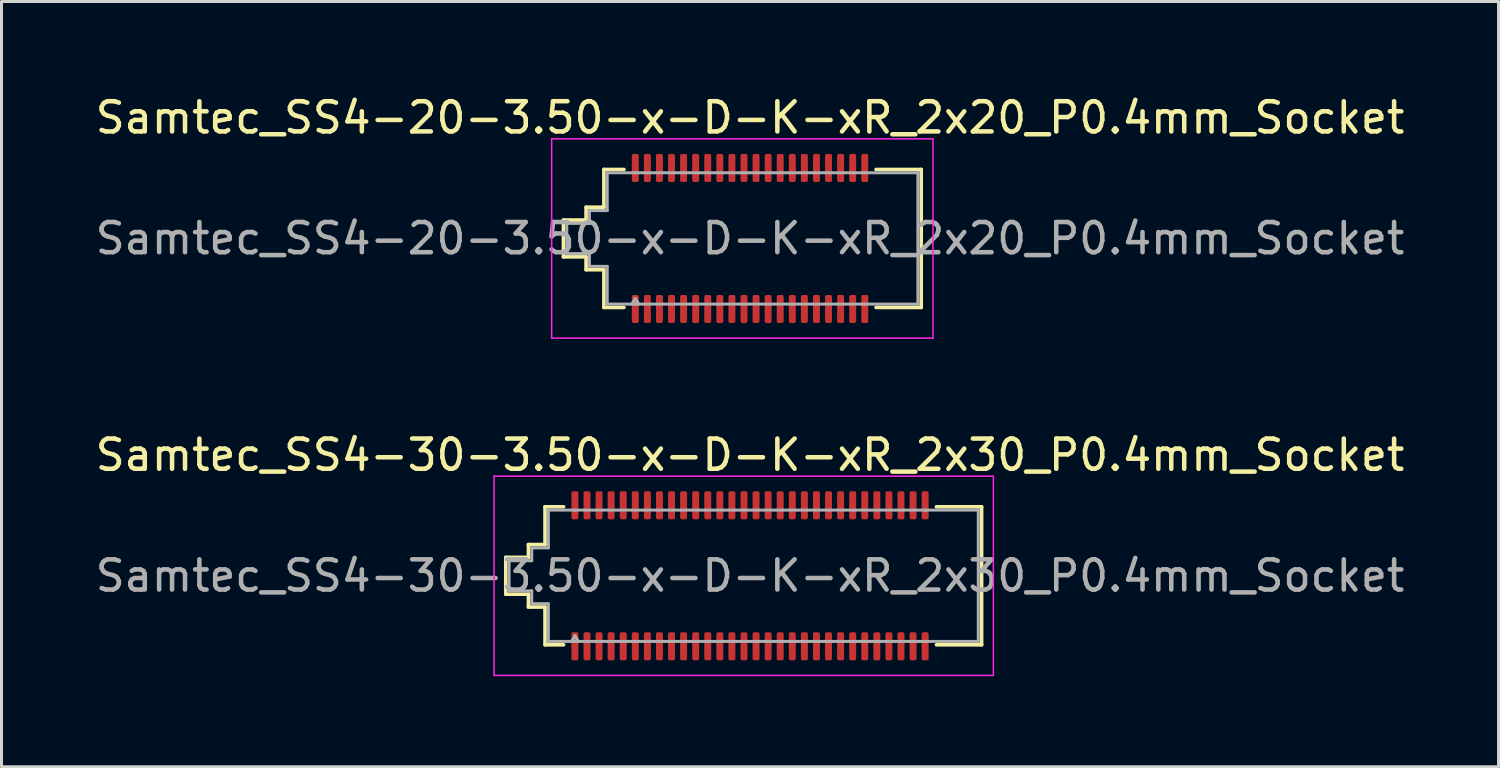
<source format=kicad_pcb>
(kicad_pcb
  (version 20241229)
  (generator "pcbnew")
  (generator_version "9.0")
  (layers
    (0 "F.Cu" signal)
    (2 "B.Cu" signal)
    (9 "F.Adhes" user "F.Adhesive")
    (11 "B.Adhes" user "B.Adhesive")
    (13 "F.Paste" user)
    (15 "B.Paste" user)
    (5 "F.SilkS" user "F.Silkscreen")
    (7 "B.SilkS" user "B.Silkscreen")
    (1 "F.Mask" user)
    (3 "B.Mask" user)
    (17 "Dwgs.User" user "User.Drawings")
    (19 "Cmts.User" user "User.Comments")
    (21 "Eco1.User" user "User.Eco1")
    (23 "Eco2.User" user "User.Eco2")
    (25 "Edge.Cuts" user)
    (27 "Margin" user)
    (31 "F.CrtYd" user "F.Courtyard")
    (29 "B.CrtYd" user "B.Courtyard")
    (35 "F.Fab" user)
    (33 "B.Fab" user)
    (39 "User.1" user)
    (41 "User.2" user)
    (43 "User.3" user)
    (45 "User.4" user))
  (footprint "Samtec_SS4-30-3.50-x-D-K-xR_2x30_P0.4mm_Socket"
    (layer "F.Cu")
    (at 21.792 16.021)
    (property "Reference" "Samtec_SS4-30-3.50-x-D-K-xR_2x30_P0.4mm_Socket" (at 0 -4 0) (layer "F.SilkS") (effects (font (size 1 1) (thickness 0.15))))
    (attr smd)
    (fp_line (start -8.09 -0.61) (end -7.34 -0.61) (stroke (width 0.12) (type solid)) (layer "F.SilkS"))
    (fp_line (start -8.09 0.61) (end -8.09 -0.61) (stroke (width 0.12) (type solid)) (layer "F.SilkS"))
    (fp_line (start -7.34 -1.035) (end -6.79 -1.035) (stroke (width 0.12) (type solid)) (layer "F.SilkS"))
    (fp_line (start -7.34 -0.61) (end -7.34 -1.035) (stroke (width 0.12) (type solid)) (layer "F.SilkS"))
    (fp_line (start -7.34 0.61) (end -8.09 0.61) (stroke (width 0.12) (type solid)) (layer "F.SilkS"))
    (fp_line (start -7.34 1.035) (end -7.34 0.61) (stroke (width 0.12) (type solid)) (layer "F.SilkS"))
    (fp_line (start -6.79 -2.285) (end -6.175 -2.285) (stroke (width 0.12) (type solid)) (layer "F.SilkS"))
    (fp_line (start -6.79 -1.035) (end -6.79 -2.285) (stroke (width 0.12) (type solid)) (layer "F.SilkS"))
    (fp_line (start -6.79 1.035) (end -7.34 1.035) (stroke (width 0.12) (type solid)) (layer "F.SilkS"))
    (fp_line (start -6.79 2.285) (end -6.79 1.035) (stroke (width 0.12) (type solid)) (layer "F.SilkS"))
    (fp_line (start -6.175 2.285) (end -6.79 2.285) (stroke (width 0.12) (type solid)) (layer "F.SilkS"))
    (fp_line (start 6.175 -2.285) (end 7.67 -2.285) (stroke (width 0.12) (type solid)) (layer "F.SilkS"))
    (fp_line (start 7.67 -2.285) (end 7.67 2.285) (stroke (width 0.12) (type solid)) (layer "F.SilkS"))
    (fp_line (start 7.67 2.285) (end 6.175 2.285) (stroke (width 0.12) (type solid)) (layer "F.SilkS"))
    (fp_line (start -8.48 -3.3) (end -8.48 3.3) (stroke (width 0.05) (type solid)) (layer "F.CrtYd"))
    (fp_line (start -8.48 3.3) (end 8.06 3.3) (stroke (width 0.05) (type solid)) (layer "F.CrtYd"))
    (fp_line (start 8.06 -3.3) (end -8.48 -3.3) (stroke (width 0.05) (type solid)) (layer "F.CrtYd"))
    (fp_line (start 8.06 3.3) (end 8.06 -3.3) (stroke (width 0.05) (type solid)) (layer "F.CrtYd"))
    (fp_line (start -7.98 -0.5) (end -7.23 -0.5) (stroke (width 0.1) (type solid)) (layer "F.Fab"))
    (fp_line (start -7.98 0.5) (end -7.98 -0.5) (stroke (width 0.1) (type solid)) (layer "F.Fab"))
    (fp_line (start -7.23 -0.925) (end -6.68 -0.925) (stroke (width 0.1) (type solid)) (layer "F.Fab"))
    (fp_line (start -7.23 -0.5) (end -7.23 -0.925) (stroke (width 0.1) (type solid)) (layer "F.Fab"))
    (fp_line (start -7.23 0.5) (end -7.98 0.5) (stroke (width 0.1) (type solid)) (layer "F.Fab"))
    (fp_line (start -7.23 0.925) (end -7.23 0.5) (stroke (width 0.1) (type solid)) (layer "F.Fab"))
    (fp_line (start -6.68 -2.175) (end -5.8 -2.175) (stroke (width 0.1) (type solid)) (layer "F.Fab"))
    (fp_line (start -6.68 -0.925) (end -6.68 -2.175) (stroke (width 0.1) (type solid)) (layer "F.Fab"))
    (fp_line (start -6.68 0.925) (end -7.23 0.925) (stroke (width 0.1) (type solid)) (layer "F.Fab"))
    (fp_line (start -6.68 2.175) (end -6.68 0.925) (stroke (width 0.1) (type solid)) (layer "F.Fab"))
    (fp_line (start -5.8 -2.175) (end 5.8 -2.175) (stroke (width 0.1) (type solid)) (layer "F.Fab"))
    (fp_line (start -5.8 1.991) (end -5.915 2.175) (stroke (width 0.1) (type solid)) (layer "F.Fab"))
    (fp_line (start -5.8 1.991) (end -5.685 2.175) (stroke (width 0.1) (type solid)) (layer "F.Fab"))
    (fp_line (start -5.8 2.175) (end -6.68 2.175) (stroke (width 0.1) (type solid)) (layer "F.Fab"))
    (fp_line (start 5.8 -2.175) (end 7.56 -2.175) (stroke (width 0.1) (type solid)) (layer "F.Fab"))
    (fp_line (start 5.8 2.175) (end -5.8 2.175) (stroke (width 0.1) (type solid)) (layer "F.Fab"))
    (fp_line (start 7.56 -2.175) (end 7.56 2.175) (stroke (width 0.1) (type solid)) (layer "F.Fab"))
    (fp_line (start 7.56 2.175) (end 5.8 2.175) (stroke (width 0.1) (type solid)) (layer "F.Fab"))
    (fp_text user "${REFERENCE}" (at 0 0 0) (layer "F.Fab") (effects (font (size 1 1) (thickness 0.15))))
    (pad "1" smd roundrect (at -5.8 2.335) (size 0.23 0.93) (layers "F.Cu" "F.Mask" "F.Paste") (roundrect_rratio 0.25))
    (pad "2" smd roundrect (at -5.8 -2.335) (size 0.23 0.93) (layers "F.Cu" "F.Mask" "F.Paste") (roundrect_rratio 0.25))
    (pad "3" smd roundrect (at -5.4 2.335) (size 0.23 0.93) (layers "F.Cu" "F.Mask" "F.Paste") (roundrect_rratio 0.25))
    (pad "4" smd roundrect (at -5.4 -2.335) (size 0.23 0.93) (layers "F.Cu" "F.Mask" "F.Paste") (roundrect_rratio 0.25))
    (pad "5" smd roundrect (at -5 2.335) (size 0.23 0.93) (layers "F.Cu" "F.Mask" "F.Paste") (roundrect_rratio 0.25))
    (pad "6" smd roundrect (at -5 -2.335) (size 0.23 0.93) (layers "F.Cu" "F.Mask" "F.Paste") (roundrect_rratio 0.25))
    (pad "7" smd roundrect (at -4.6 2.335) (size 0.23 0.93) (layers "F.Cu" "F.Mask" "F.Paste") (roundrect_rratio 0.25))
    (pad "8" smd roundrect (at -4.6 -2.335) (size 0.23 0.93) (layers "F.Cu" "F.Mask" "F.Paste") (roundrect_rratio 0.25))
    (pad "9" smd roundrect (at -4.2 2.335) (size 0.23 0.93) (layers "F.Cu" "F.Mask" "F.Paste") (roundrect_rratio 0.25))
    (pad "10" smd roundrect (at -4.2 -2.335) (size 0.23 0.93) (layers "F.Cu" "F.Mask" "F.Paste") (roundrect_rratio 0.25))
    (pad "11" smd roundrect (at -3.8 2.335) (size 0.23 0.93) (layers "F.Cu" "F.Mask" "F.Paste") (roundrect_rratio 0.25))
    (pad "12" smd roundrect (at -3.8 -2.335) (size 0.23 0.93) (layers "F.Cu" "F.Mask" "F.Paste") (roundrect_rratio 0.25))
    (pad "13" smd roundrect (at -3.4 2.335) (size 0.23 0.93) (layers "F.Cu" "F.Mask" "F.Paste") (roundrect_rratio 0.25))
    (pad "14" smd roundrect (at -3.4 -2.335) (size 0.23 0.93) (layers "F.Cu" "F.Mask" "F.Paste") (roundrect_rratio 0.25))
    (pad "15" smd roundrect (at -3 2.335) (size 0.23 0.93) (layers "F.Cu" "F.Mask" "F.Paste") (roundrect_rratio 0.25))
    (pad "16" smd roundrect (at -3 -2.335) (size 0.23 0.93) (layers "F.Cu" "F.Mask" "F.Paste") (roundrect_rratio 0.25))
    (pad "17" smd roundrect (at -2.6 2.335) (size 0.23 0.93) (layers "F.Cu" "F.Mask" "F.Paste") (roundrect_rratio 0.25))
    (pad "18" smd roundrect (at -2.6 -2.335) (size 0.23 0.93) (layers "F.Cu" "F.Mask" "F.Paste") (roundrect_rratio 0.25))
    (pad "19" smd roundrect (at -2.2 2.335) (size 0.23 0.93) (layers "F.Cu" "F.Mask" "F.Paste") (roundrect_rratio 0.25))
    (pad "20" smd roundrect (at -2.2 -2.335) (size 0.23 0.93) (layers "F.Cu" "F.Mask" "F.Paste") (roundrect_rratio 0.25))
    (pad "21" smd roundrect (at -1.8 2.335) (size 0.23 0.93) (layers "F.Cu" "F.Mask" "F.Paste") (roundrect_rratio 0.25))
    (pad "22" smd roundrect (at -1.8 -2.335) (size 0.23 0.93) (layers "F.Cu" "F.Mask" "F.Paste") (roundrect_rratio 0.25))
    (pad "23" smd roundrect (at -1.4 2.335) (size 0.23 0.93) (layers "F.Cu" "F.Mask" "F.Paste") (roundrect_rratio 0.25))
    (pad "24" smd roundrect (at -1.4 -2.335) (size 0.23 0.93) (layers "F.Cu" "F.Mask" "F.Paste") (roundrect_rratio 0.25))
    (pad "25" smd roundrect (at -1 2.335) (size 0.23 0.93) (layers "F.Cu" "F.Mask" "F.Paste") (roundrect_rratio 0.25))
    (pad "26" smd roundrect (at -1 -2.335) (size 0.23 0.93) (layers "F.Cu" "F.Mask" "F.Paste") (roundrect_rratio 0.25))
    (pad "27" smd roundrect (at -0.6 2.335) (size 0.23 0.93) (layers "F.Cu" "F.Mask" "F.Paste") (roundrect_rratio 0.25))
    (pad "28" smd roundrect (at -0.6 -2.335) (size 0.23 0.93) (layers "F.Cu" "F.Mask" "F.Paste") (roundrect_rratio 0.25))
    (pad "29" smd roundrect (at -0.2 2.335) (size 0.23 0.93) (layers "F.Cu" "F.Mask" "F.Paste") (roundrect_rratio 0.25))
    (pad "30" smd roundrect (at -0.2 -2.335) (size 0.23 0.93) (layers "F.Cu" "F.Mask" "F.Paste") (roundrect_rratio 0.25))
    (pad "31" smd roundrect (at 0.2 2.335) (size 0.23 0.93) (layers "F.Cu" "F.Mask" "F.Paste") (roundrect_rratio 0.25))
    (pad "32" smd roundrect (at 0.2 -2.335) (size 0.23 0.93) (layers "F.Cu" "F.Mask" "F.Paste") (roundrect_rratio 0.25))
    (pad "33" smd roundrect (at 0.6 2.335) (size 0.23 0.93) (layers "F.Cu" "F.Mask" "F.Paste") (roundrect_rratio 0.25))
    (pad "34" smd roundrect (at 0.6 -2.335) (size 0.23 0.93) (layers "F.Cu" "F.Mask" "F.Paste") (roundrect_rratio 0.25))
    (pad "35" smd roundrect (at 1 2.335) (size 0.23 0.93) (layers "F.Cu" "F.Mask" "F.Paste") (roundrect_rratio 0.25))
    (pad "36" smd roundrect (at 1 -2.335) (size 0.23 0.93) (layers "F.Cu" "F.Mask" "F.Paste") (roundrect_rratio 0.25))
    (pad "37" smd roundrect (at 1.4 2.335) (size 0.23 0.93) (layers "F.Cu" "F.Mask" "F.Paste") (roundrect_rratio 0.25))
    (pad "38" smd roundrect (at 1.4 -2.335) (size 0.23 0.93) (layers "F.Cu" "F.Mask" "F.Paste") (roundrect_rratio 0.25))
    (pad "39" smd roundrect (at 1.8 2.335) (size 0.23 0.93) (layers "F.Cu" "F.Mask" "F.Paste") (roundrect_rratio 0.25))
    (pad "40" smd roundrect (at 1.8 -2.335) (size 0.23 0.93) (layers "F.Cu" "F.Mask" "F.Paste") (roundrect_rratio 0.25))
    (pad "41" smd roundrect (at 2.2 2.335) (size 0.23 0.93) (layers "F.Cu" "F.Mask" "F.Paste") (roundrect_rratio 0.25))
    (pad "42" smd roundrect (at 2.2 -2.335) (size 0.23 0.93) (layers "F.Cu" "F.Mask" "F.Paste") (roundrect_rratio 0.25))
    (pad "43" smd roundrect (at 2.6 2.335) (size 0.23 0.93) (layers "F.Cu" "F.Mask" "F.Paste") (roundrect_rratio 0.25))
    (pad "44" smd roundrect (at 2.6 -2.335) (size 0.23 0.93) (layers "F.Cu" "F.Mask" "F.Paste") (roundrect_rratio 0.25))
    (pad "45" smd roundrect (at 3 2.335) (size 0.23 0.93) (layers "F.Cu" "F.Mask" "F.Paste") (roundrect_rratio 0.25))
    (pad "46" smd roundrect (at 3 -2.335) (size 0.23 0.93) (layers "F.Cu" "F.Mask" "F.Paste") (roundrect_rratio 0.25))
    (pad "47" smd roundrect (at 3.4 2.335) (size 0.23 0.93) (layers "F.Cu" "F.Mask" "F.Paste") (roundrect_rratio 0.25))
    (pad "48" smd roundrect (at 3.4 -2.335) (size 0.23 0.93) (layers "F.Cu" "F.Mask" "F.Paste") (roundrect_rratio 0.25))
    (pad "49" smd roundrect (at 3.8 2.335) (size 0.23 0.93) (layers "F.Cu" "F.Mask" "F.Paste") (roundrect_rratio 0.25))
    (pad "50" smd roundrect (at 3.8 -2.335) (size 0.23 0.93) (layers "F.Cu" "F.Mask" "F.Paste") (roundrect_rratio 0.25))
    (pad "51" smd roundrect (at 4.2 2.335) (size 0.23 0.93) (layers "F.Cu" "F.Mask" "F.Paste") (roundrect_rratio 0.25))
    (pad "52" smd roundrect (at 4.2 -2.335) (size 0.23 0.93) (layers "F.Cu" "F.Mask" "F.Paste") (roundrect_rratio 0.25))
    (pad "53" smd roundrect (at 4.6 2.335) (size 0.23 0.93) (layers "F.Cu" "F.Mask" "F.Paste") (roundrect_rratio 0.25))
    (pad "54" smd roundrect (at 4.6 -2.335) (size 0.23 0.93) (layers "F.Cu" "F.Mask" "F.Paste") (roundrect_rratio 0.25))
    (pad "55" smd roundrect (at 5 2.335) (size 0.23 0.93) (layers "F.Cu" "F.Mask" "F.Paste") (roundrect_rratio 0.25))
    (pad "56" smd roundrect (at 5 -2.335) (size 0.23 0.93) (layers "F.Cu" "F.Mask" "F.Paste") (roundrect_rratio 0.25))
    (pad "57" smd roundrect (at 5.4 2.335) (size 0.23 0.93) (layers "F.Cu" "F.Mask" "F.Paste") (roundrect_rratio 0.25))
    (pad "58" smd roundrect (at 5.4 -2.335) (size 0.23 0.93) (layers "F.Cu" "F.Mask" "F.Paste") (roundrect_rratio 0.25))
    (pad "59" smd roundrect (at 5.8 2.335) (size 0.23 0.93) (layers "F.Cu" "F.Mask" "F.Paste") (roundrect_rratio 0.25))
    (pad "60" smd roundrect (at 5.8 -2.335) (size 0.23 0.93) (layers "F.Cu" "F.Mask" "F.Paste") (roundrect_rratio 0.25)))
  (footprint "Samtec_SS4-20-3.50-x-D-K-xR_2x20_P0.4mm_Socket"
    (layer "F.Cu")
    (at 21.792 4.848)
    (property "Reference" "Samtec_SS4-20-3.50-x-D-K-xR_2x20_P0.4mm_Socket" (at 0 -4 0) (layer "F.SilkS") (effects (font (size 1 1) (thickness 0.15))))
    (attr smd)
    (fp_line (start -6.18 -0.61) (end -5.43 -0.61) (stroke (width 0.12) (type solid)) (layer "F.SilkS"))
    (fp_line (start -6.18 0.61) (end -6.18 -0.61) (stroke (width 0.12) (type solid)) (layer "F.SilkS"))
    (fp_line (start -5.43 -1.035) (end -4.84 -1.035) (stroke (width 0.12) (type solid)) (layer "F.SilkS"))
    (fp_line (start -5.43 -0.61) (end -5.43 -1.035) (stroke (width 0.12) (type solid)) (layer "F.SilkS"))
    (fp_line (start -5.43 0.61) (end -6.18 0.61) (stroke (width 0.12) (type solid)) (layer "F.SilkS"))
    (fp_line (start -5.43 1.035) (end -5.43 0.61) (stroke (width 0.12) (type solid)) (layer "F.SilkS"))
    (fp_line (start -4.84 -2.285) (end -4.175 -2.285) (stroke (width 0.12) (type solid)) (layer "F.SilkS"))
    (fp_line (start -4.84 -1.035) (end -4.84 -2.285) (stroke (width 0.12) (type solid)) (layer "F.SilkS"))
    (fp_line (start -4.84 1.035) (end -5.43 1.035) (stroke (width 0.12) (type solid)) (layer "F.SilkS"))
    (fp_line (start -4.84 2.285) (end -4.84 1.035) (stroke (width 0.12) (type solid)) (layer "F.SilkS"))
    (fp_line (start -4.175 2.285) (end -4.84 2.285) (stroke (width 0.12) (type solid)) (layer "F.SilkS"))
    (fp_line (start 4.175 -2.285) (end 5.67 -2.285) (stroke (width 0.12) (type solid)) (layer "F.SilkS"))
    (fp_line (start 5.67 -2.285) (end 5.67 2.285) (stroke (width 0.12) (type solid)) (layer "F.SilkS"))
    (fp_line (start 5.67 2.285) (end 4.175 2.285) (stroke (width 0.12) (type solid)) (layer "F.SilkS"))
    (fp_line (start -6.57 -3.3) (end -6.57 3.3) (stroke (width 0.05) (type solid)) (layer "F.CrtYd"))
    (fp_line (start -6.57 3.3) (end 6.06 3.3) (stroke (width 0.05) (type solid)) (layer "F.CrtYd"))
    (fp_line (start 6.06 -3.3) (end -6.57 -3.3) (stroke (width 0.05) (type solid)) (layer "F.CrtYd"))
    (fp_line (start 6.06 3.3) (end 6.06 -3.3) (stroke (width 0.05) (type solid)) (layer "F.CrtYd"))
    (fp_line (start -6.07 -0.5) (end -5.32 -0.5) (stroke (width 0.1) (type solid)) (layer "F.Fab"))
    (fp_line (start -6.07 0.5) (end -6.07 -0.5) (stroke (width 0.1) (type solid)) (layer "F.Fab"))
    (fp_line (start -5.32 -0.925) (end -4.73 -0.925) (stroke (width 0.1) (type solid)) (layer "F.Fab"))
    (fp_line (start -5.32 -0.5) (end -5.32 -0.925) (stroke (width 0.1) (type solid)) (layer "F.Fab"))
    (fp_line (start -5.32 0.5) (end -6.07 0.5) (stroke (width 0.1) (type solid)) (layer "F.Fab"))
    (fp_line (start -5.32 0.925) (end -5.32 0.5) (stroke (width 0.1) (type solid)) (layer "F.Fab"))
    (fp_line (start -4.73 -2.175) (end -3.8 -2.175) (stroke (width 0.1) (type solid)) (layer "F.Fab"))
    (fp_line (start -4.73 -0.925) (end -4.73 -2.175) (stroke (width 0.1) (type solid)) (layer "F.Fab"))
    (fp_line (start -4.73 0.925) (end -5.32 0.925) (stroke (width 0.1) (type solid)) (layer "F.Fab"))
    (fp_line (start -4.73 2.175) (end -4.73 0.925) (stroke (width 0.1) (type solid)) (layer "F.Fab"))
    (fp_line (start -3.8 -2.175) (end 3.8 -2.175) (stroke (width 0.1) (type solid)) (layer "F.Fab"))
    (fp_line (start -3.8 1.991) (end -3.915 2.175) (stroke (width 0.1) (type solid)) (layer "F.Fab"))
    (fp_line (start -3.8 1.991) (end -3.685 2.175) (stroke (width 0.1) (type solid)) (layer "F.Fab"))
    (fp_line (start -3.8 2.175) (end -4.73 2.175) (stroke (width 0.1) (type solid)) (layer "F.Fab"))
    (fp_line (start 3.8 -2.175) (end 5.56 -2.175) (stroke (width 0.1) (type solid)) (layer "F.Fab"))
    (fp_line (start 3.8 2.175) (end -3.8 2.175) (stroke (width 0.1) (type solid)) (layer "F.Fab"))
    (fp_line (start 5.56 -2.175) (end 5.56 2.175) (stroke (width 0.1) (type solid)) (layer "F.Fab"))
    (fp_line (start 5.56 2.175) (end 3.8 2.175) (stroke (width 0.1) (type solid)) (layer "F.Fab"))
    (fp_text user "${REFERENCE}" (at 0 0 0) (layer "F.Fab") (effects (font (size 1 1) (thickness 0.15))))
    (pad "1" smd roundrect (at -3.8 2.335) (size 0.23 0.93) (layers "F.Cu" "F.Mask" "F.Paste") (roundrect_rratio 0.25))
    (pad "2" smd roundrect (at -3.8 -2.335) (size 0.23 0.93) (layers "F.Cu" "F.Mask" "F.Paste") (roundrect_rratio 0.25))
    (pad "3" smd roundrect (at -3.4 2.335) (size 0.23 0.93) (layers "F.Cu" "F.Mask" "F.Paste") (roundrect_rratio 0.25))
    (pad "4" smd roundrect (at -3.4 -2.335) (size 0.23 0.93) (layers "F.Cu" "F.Mask" "F.Paste") (roundrect_rratio 0.25))
    (pad "5" smd roundrect (at -3 2.335) (size 0.23 0.93) (layers "F.Cu" "F.Mask" "F.Paste") (roundrect_rratio 0.25))
    (pad "6" smd roundrect (at -3 -2.335) (size 0.23 0.93) (layers "F.Cu" "F.Mask" "F.Paste") (roundrect_rratio 0.25))
    (pad "7" smd roundrect (at -2.6 2.335) (size 0.23 0.93) (layers "F.Cu" "F.Mask" "F.Paste") (roundrect_rratio 0.25))
    (pad "8" smd roundrect (at -2.6 -2.335) (size 0.23 0.93) (layers "F.Cu" "F.Mask" "F.Paste") (roundrect_rratio 0.25))
    (pad "9" smd roundrect (at -2.2 2.335) (size 0.23 0.93) (layers "F.Cu" "F.Mask" "F.Paste") (roundrect_rratio 0.25))
    (pad "10" smd roundrect (at -2.2 -2.335) (size 0.23 0.93) (layers "F.Cu" "F.Mask" "F.Paste") (roundrect_rratio 0.25))
    (pad "11" smd roundrect (at -1.8 2.335) (size 0.23 0.93) (layers "F.Cu" "F.Mask" "F.Paste") (roundrect_rratio 0.25))
    (pad "12" smd roundrect (at -1.8 -2.335) (size 0.23 0.93) (layers "F.Cu" "F.Mask" "F.Paste") (roundrect_rratio 0.25))
    (pad "13" smd roundrect (at -1.4 2.335) (size 0.23 0.93) (layers "F.Cu" "F.Mask" "F.Paste") (roundrect_rratio 0.25))
    (pad "14" smd roundrect (at -1.4 -2.335) (size 0.23 0.93) (layers "F.Cu" "F.Mask" "F.Paste") (roundrect_rratio 0.25))
    (pad "15" smd roundrect (at -1 2.335) (size 0.23 0.93) (layers "F.Cu" "F.Mask" "F.Paste") (roundrect_rratio 0.25))
    (pad "16" smd roundrect (at -1 -2.335) (size 0.23 0.93) (layers "F.Cu" "F.Mask" "F.Paste") (roundrect_rratio 0.25))
    (pad "17" smd roundrect (at -0.6 2.335) (size 0.23 0.93) (layers "F.Cu" "F.Mask" "F.Paste") (roundrect_rratio 0.25))
    (pad "18" smd roundrect (at -0.6 -2.335) (size 0.23 0.93) (layers "F.Cu" "F.Mask" "F.Paste") (roundrect_rratio 0.25))
    (pad "19" smd roundrect (at -0.2 2.335) (size 0.23 0.93) (layers "F.Cu" "F.Mask" "F.Paste") (roundrect_rratio 0.25))
    (pad "20" smd roundrect (at -0.2 -2.335) (size 0.23 0.93) (layers "F.Cu" "F.Mask" "F.Paste") (roundrect_rratio 0.25))
    (pad "21" smd roundrect (at 0.2 2.335) (size 0.23 0.93) (layers "F.Cu" "F.Mask" "F.Paste") (roundrect_rratio 0.25))
    (pad "22" smd roundrect (at 0.2 -2.335) (size 0.23 0.93) (layers "F.Cu" "F.Mask" "F.Paste") (roundrect_rratio 0.25))
    (pad "23" smd roundrect (at 0.6 2.335) (size 0.23 0.93) (layers "F.Cu" "F.Mask" "F.Paste") (roundrect_rratio 0.25))
    (pad "24" smd roundrect (at 0.6 -2.335) (size 0.23 0.93) (layers "F.Cu" "F.Mask" "F.Paste") (roundrect_rratio 0.25))
    (pad "25" smd roundrect (at 1 2.335) (size 0.23 0.93) (layers "F.Cu" "F.Mask" "F.Paste") (roundrect_rratio 0.25))
    (pad "26" smd roundrect (at 1 -2.335) (size 0.23 0.93) (layers "F.Cu" "F.Mask" "F.Paste") (roundrect_rratio 0.25))
    (pad "27" smd roundrect (at 1.4 2.335) (size 0.23 0.93) (layers "F.Cu" "F.Mask" "F.Paste") (roundrect_rratio 0.25))
    (pad "28" smd roundrect (at 1.4 -2.335) (size 0.23 0.93) (layers "F.Cu" "F.Mask" "F.Paste") (roundrect_rratio 0.25))
    (pad "29" smd roundrect (at 1.8 2.335) (size 0.23 0.93) (layers "F.Cu" "F.Mask" "F.Paste") (roundrect_rratio 0.25))
    (pad "30" smd roundrect (at 1.8 -2.335) (size 0.23 0.93) (layers "F.Cu" "F.Mask" "F.Paste") (roundrect_rratio 0.25))
    (pad "31" smd roundrect (at 2.2 2.335) (size 0.23 0.93) (layers "F.Cu" "F.Mask" "F.Paste") (roundrect_rratio 0.25))
    (pad "32" smd roundrect (at 2.2 -2.335) (size 0.23 0.93) (layers "F.Cu" "F.Mask" "F.Paste") (roundrect_rratio 0.25))
    (pad "33" smd roundrect (at 2.6 2.335) (size 0.23 0.93) (layers "F.Cu" "F.Mask" "F.Paste") (roundrect_rratio 0.25))
    (pad "34" smd roundrect (at 2.6 -2.335) (size 0.23 0.93) (layers "F.Cu" "F.Mask" "F.Paste") (roundrect_rratio 0.25))
    (pad "35" smd roundrect (at 3 2.335) (size 0.23 0.93) (layers "F.Cu" "F.Mask" "F.Paste") (roundrect_rratio 0.25))
    (pad "36" smd roundrect (at 3 -2.335) (size 0.23 0.93) (layers "F.Cu" "F.Mask" "F.Paste") (roundrect_rratio 0.25))
    (pad "37" smd roundrect (at 3.4 2.335) (size 0.23 0.93) (layers "F.Cu" "F.Mask" "F.Paste") (roundrect_rratio 0.25))
    (pad "38" smd roundrect (at 3.4 -2.335) (size 0.23 0.93) (layers "F.Cu" "F.Mask" "F.Paste") (roundrect_rratio 0.25))
    (pad "39" smd roundrect (at 3.8 2.335) (size 0.23 0.93) (layers "F.Cu" "F.Mask" "F.Paste") (roundrect_rratio 0.25))
    (pad "40" smd roundrect (at 3.8 -2.335) (size 0.23 0.93) (layers "F.Cu" "F.Mask" "F.Paste") (roundrect_rratio 0.25)))
  (gr_rect
    (start -3 -3)
    (end 46.583 22.346)
    (stroke (width 0.1) (type default))
    (fill no)
    (layer "Edge.Cuts")))
</source>
